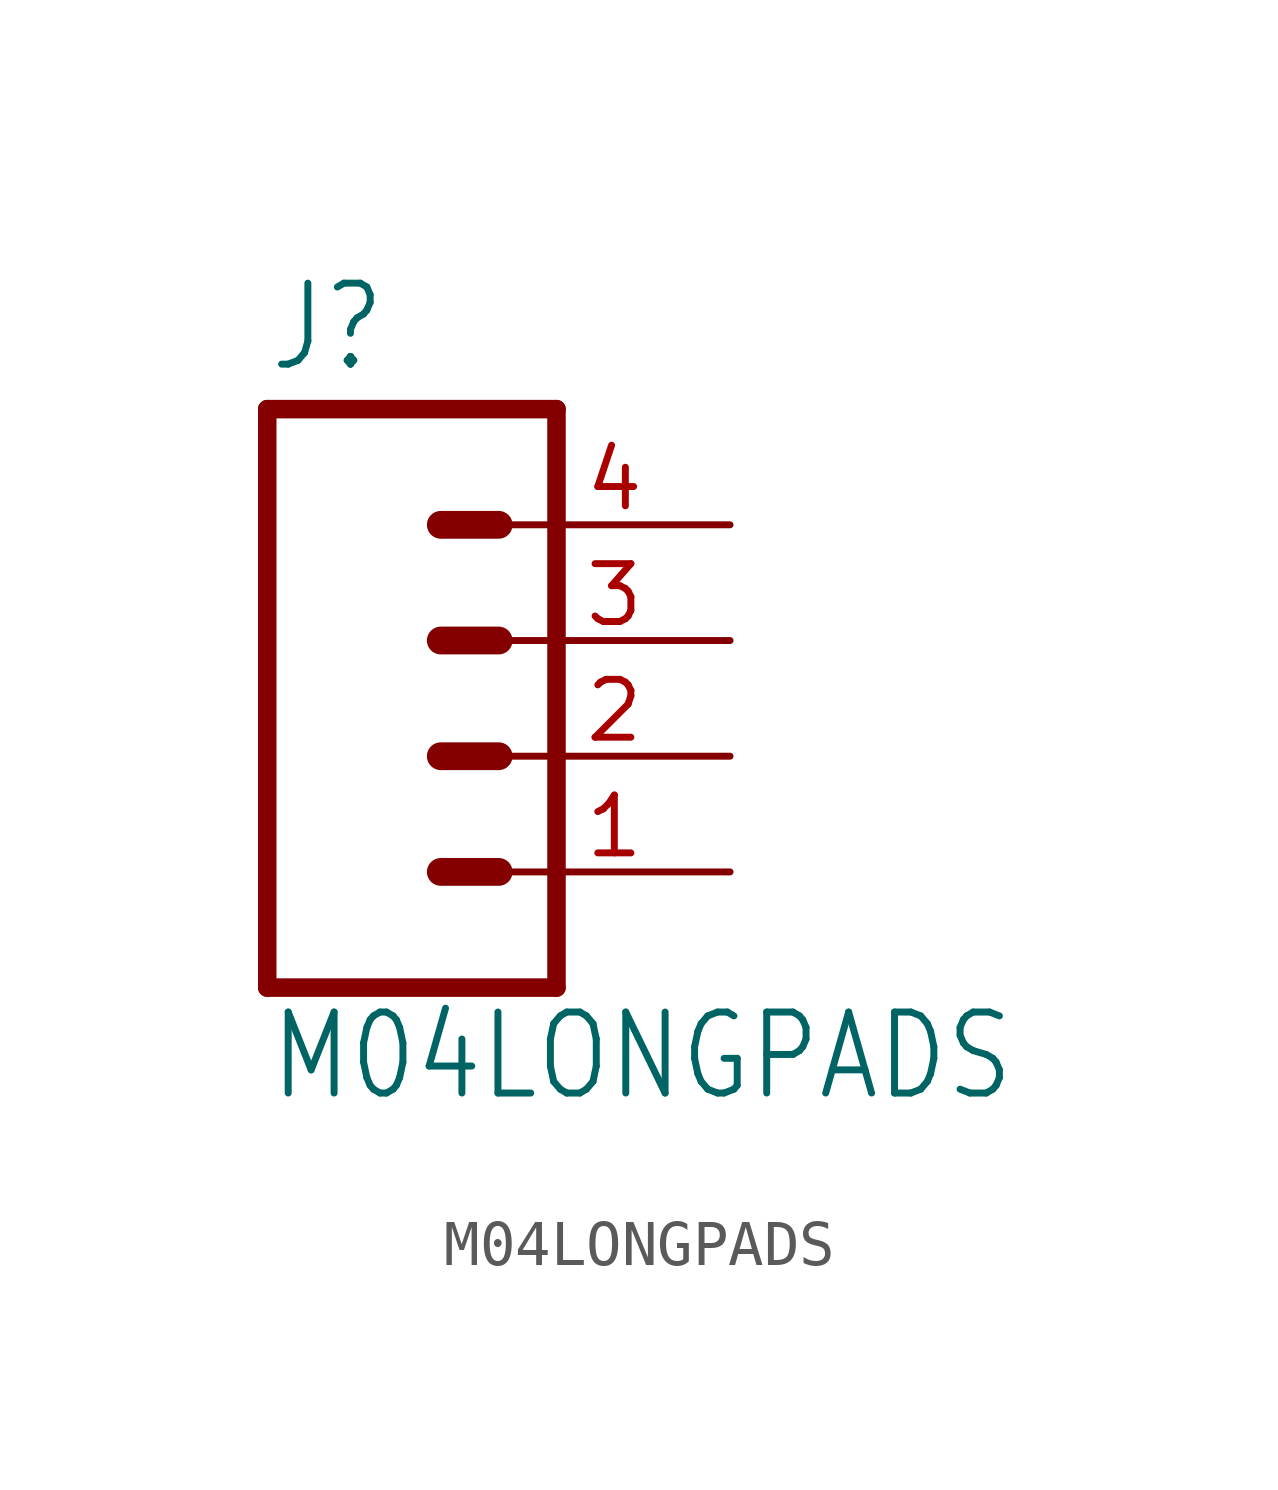
<source format=kicad_sym>
(kicad_symbol_lib
  (version 20220914)
  (generator kicad_symbol_editor)
  (symbol "M04LONGPADS"
    (property "Reference" "J"
      (at -5.08 8.382 0)
      (effects (font (size 1.778 1.511)) (justify left bottom)))
    (property "Value" "M04LONGPADS"
      (at -5.08 -7.62 0)
      (effects (font (size 1.778 1.511)) (justify left bottom)))
    (property "ki_locked" ""
      (at 0 0 0)
      (effects (font (size 1.27 1.27))))
    (symbol "M04LONGPADS_1_0"
      (polyline (pts (xy -5.08 7.62) (xy -5.08 -5.08)) (stroke (width 0.406) (type default)) (fill (type none)))
      (polyline (pts (xy -5.08 7.62) (xy 1.27 7.62)) (stroke (width 0.406) (type default)) (fill (type none)))
      (polyline (pts (xy -1.27 -2.54) (xy 0 -2.54)) (stroke (width 0.61) (type default)) (fill (type none)))
      (polyline (pts (xy -1.27 0) (xy 0 0)) (stroke (width 0.61) (type default)) (fill (type none)))
      (polyline (pts (xy -1.27 2.54) (xy 0 2.54)) (stroke (width 0.61) (type default)) (fill (type none)))
      (polyline (pts (xy -1.27 5.08) (xy 0 5.08)) (stroke (width 0.61) (type default)) (fill (type none)))
      (polyline (pts (xy 1.27 -5.08) (xy -5.08 -5.08)) (stroke (width 0.406) (type default)) (fill (type none)))
      (polyline (pts (xy 1.27 -5.08) (xy 1.27 7.62)) (stroke (width 0.406) (type default)) (fill (type none)))
      (pin passive line (at 5.08 -2.54 180) (length 5.08) (name "1" (effects (font (size 0 0)))) (number "1" (effects (font (size 1.27 1.27)))))
      (pin passive line (at 5.08 0 180) (length 5.08) (name "2" (effects (font (size 0 0)))) (number "2" (effects (font (size 1.27 1.27)))))
      (pin passive line (at 5.08 2.54 180) (length 5.08) (name "3" (effects (font (size 0 0)))) (number "3" (effects (font (size 1.27 1.27)))))
      (pin passive line (at 5.08 5.08 180) (length 5.08) (name "4" (effects (font (size 0 0)))) (number "4" (effects (font (size 1.27 1.27))))))))
</source>
